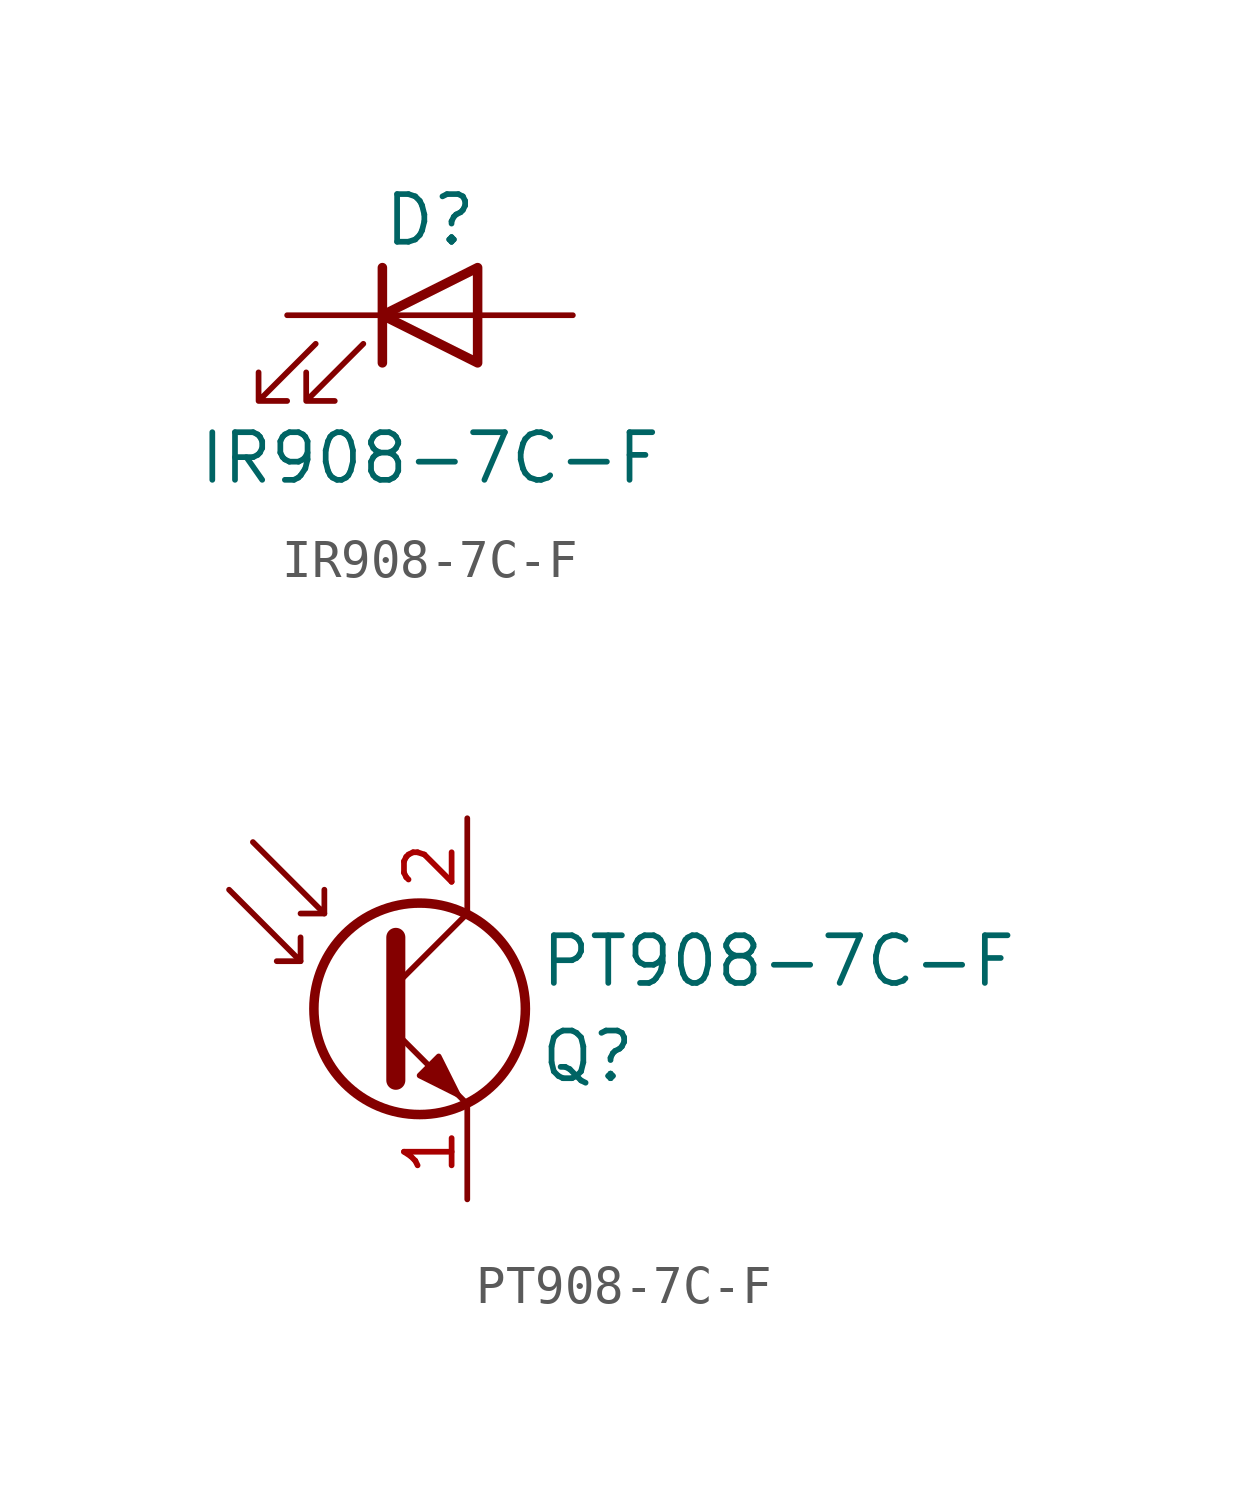
<source format=kicad_sym>
(kicad_symbol_lib
  (version 20211014)
  (generator kicad_symbol_editor)
  (symbol "IR908-7C-F"
    (pin_numbers hide)
    (pin_names hide)
    (property "Reference" "D"
      (at 0 -2.54 0)
      (effects (font (size 1.27 1.27))))
    (property "Value" "IR908-7C-F"
      (at 0 -8.89 0)
      (effects (font (size 1.27 1.27))))
    (symbol "IR908-7C-F_0_1"
      (polyline (pts (xy -1.27 -6.35) (xy -1.27 -3.81)) (stroke (width 0.254) (type default) (color 0 0 0 0)) (fill (type none)))
      (polyline (pts (xy -1.27 -5.08) (xy 1.27 -5.08)) (stroke (width 0) (type default) (color 0 0 0 0)) (fill (type none)))
      (polyline (pts (xy 1.27 -6.35) (xy 1.27 -3.81) (xy -1.27 -5.08) (xy 1.27 -6.35)) (stroke (width 0.254) (type default) (color 0 0 0 0)) (fill (type none)))
      (polyline (pts (xy -3.048 -5.842) (xy -4.572 -7.366) (xy -3.81 -7.366) (xy -4.572 -7.366) (xy -4.572 -6.604)) (stroke (width 0) (type default) (color 0 0 0 0)) (fill (type none)))
      (polyline (pts (xy -1.778 -5.842) (xy -3.302 -7.366) (xy -2.54 -7.366) (xy -3.302 -7.366) (xy -3.302 -6.604)) (stroke (width 0) (type default) (color 0 0 0 0)) (fill (type none))))
    (symbol "IR908-7C-F_1_1"
      (pin passive line (at 3.81 -5.08 180) (length 2.54) (name "A" (effects (font (size 1.27 1.27)))) (number "1" (effects (font (size 1.27 1.27)))))
      (pin passive line (at -3.81 -5.08 0) (length 2.54) (name "K" (effects (font (size 1.27 1.27)))) (number "2" (effects (font (size 1.27 1.27)))))))
  (symbol "PT908-7C-F"
    (pin_names hide)
    (property "Reference" "Q"
      (at 4.445 -1.27 0)
      (effects (font (size 1.27 1.27)) (justify left)))
    (property "Value" "PT908-7C-F"
      (at 4.445 1.27 0)
      (effects (font (size 1.27 1.27)) (justify left)))
    (symbol "PT908-7C-F_0_1"
      (polyline (pts (xy -1.905 1.27) (xy -2.54 1.27)) (stroke (width 0) (type default) (color 0 0 0 0)) (fill (type none)))
      (polyline (pts (xy -1.27 2.54) (xy -1.905 2.54)) (stroke (width 0) (type default) (color 0 0 0 0)) (fill (type none)))
      (polyline (pts (xy 0.635 0.635) (xy 2.54 2.54)) (stroke (width 0) (type default) (color 0 0 0 0)) (fill (type none)))
      (polyline (pts (xy -3.81 3.175) (xy -1.905 1.27) (xy -1.905 1.905)) (stroke (width 0) (type default) (color 0 0 0 0)) (fill (type none)))
      (polyline (pts (xy -3.175 4.445) (xy -1.27 2.54) (xy -1.27 3.175)) (stroke (width 0) (type default) (color 0 0 0 0)) (fill (type none)))
      (polyline (pts (xy 0.635 -0.635) (xy 2.54 -2.54) (xy 2.54 -2.54)) (stroke (width 0) (type default) (color 0 0 0 0)) (fill (type none)))
      (polyline (pts (xy 0.635 1.905) (xy 0.635 -1.905) (xy 0.635 -1.905)) (stroke (width 0.508) (type default) (color 0 0 0 0)) (fill (type none)))
      (polyline (pts (xy 1.27 -1.778) (xy 1.778 -1.27) (xy 2.286 -2.286) (xy 1.27 -1.778) (xy 1.27 -1.778)) (stroke (width 0) (type default) (color 0 0 0 0)) (fill (type outline)))
      (circle (center 1.27 0) (radius 2.819) (stroke (width 0.254) (type default) (color 0 0 0 0)) (fill (type none))))
    (symbol "PT908-7C-F_1_1"
      (pin passive line (at 2.54 -5.08 90) (length 2.54) (name "E" (effects (font (size 1.27 1.27)))) (number "1" (effects (font (size 1.27 1.27)))))
      (pin passive line (at 2.54 5.08 270) (length 2.54) (name "C" (effects (font (size 1.27 1.27)))) (number "2" (effects (font (size 1.27 1.27))))))))
</source>
